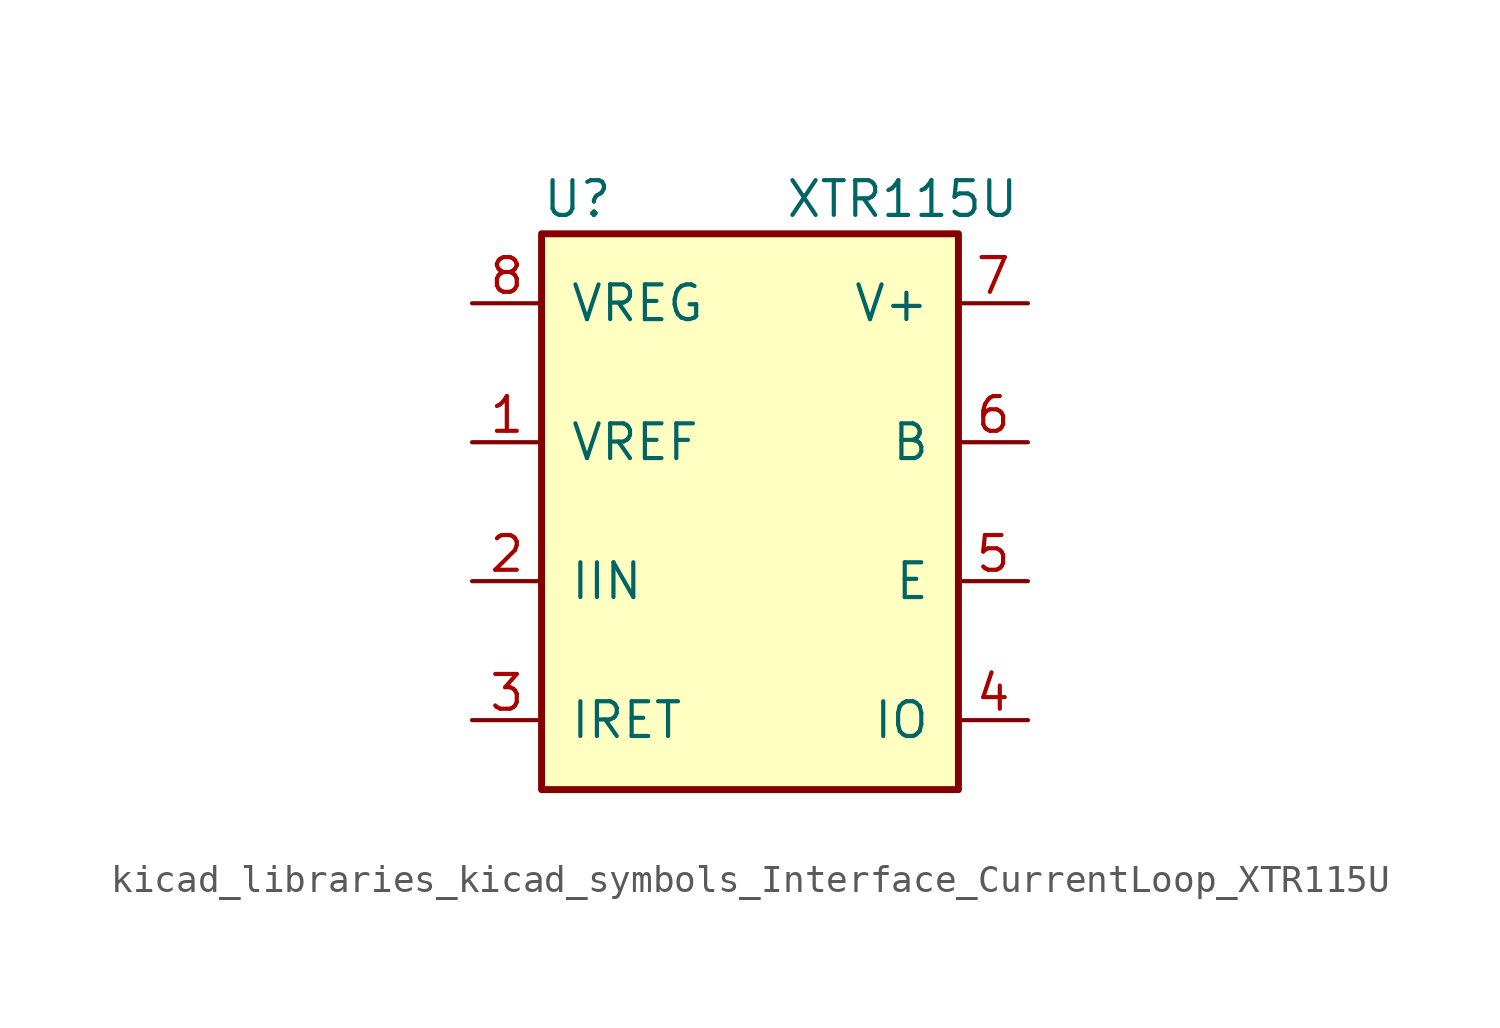
<source format=kicad_sym>
(kicad_symbol_lib
  (version 20220914)
  (generator kicad_symbol_editor)
  (symbol "kicad_libraries_kicad_symbols_Interface_CurrentLoop_XTR115U"
    (pin_names
      (offset 1.016))
    (property "Reference" "U"
      (at -7.62 13.97 0)
      (effects (font (size 1.27 1.27)) (justify left)))
    (property "Value" "XTR115U"
      (at 1.27 13.97 0)
      (effects (font (size 1.27 1.27)) (justify left)))
    (symbol "kicad_libraries_kicad_symbols_Interface_CurrentLoop_XTR115U_0_1"
      (rectangle (start -7.62 12.7) (end 7.62 -7.62) (stroke (width 0.254) (type default)) (fill (type background))))
    (symbol "kicad_libraries_kicad_symbols_Interface_CurrentLoop_XTR115U_1_1"
      (pin output line (at -10.16 5.08 0) (length 2.54) (name "VREF" (effects (font (size 1.27 1.27)))) (number "1" (effects (font (size 1.27 1.27)))))
      (pin input line (at -10.16 0 0) (length 2.54) (name "IIN" (effects (font (size 1.27 1.27)))) (number "2" (effects (font (size 1.27 1.27)))))
      (pin input line (at -10.16 -5.08 0) (length 2.54) (name "IRET" (effects (font (size 1.27 1.27)))) (number "3" (effects (font (size 1.27 1.27)))))
      (pin passive line (at 10.16 -5.08 180) (length 2.54) (name "IO" (effects (font (size 1.27 1.27)))) (number "4" (effects (font (size 1.27 1.27)))))
      (pin passive line (at 10.16 0 180) (length 2.54) (name "E" (effects (font (size 1.27 1.27)))) (number "5" (effects (font (size 1.27 1.27)))))
      (pin output line (at 10.16 5.08 180) (length 2.54) (name "B" (effects (font (size 1.27 1.27)))) (number "6" (effects (font (size 1.27 1.27)))))
      (pin output line (at 10.16 10.16 180) (length 2.54) (name "V+" (effects (font (size 1.27 1.27)))) (number "7" (effects (font (size 1.27 1.27)))))
      (pin output line (at -10.16 10.16 0) (length 2.54) (name "VREG" (effects (font (size 1.27 1.27)))) (number "8" (effects (font (size 1.27 1.27))))))))
</source>
